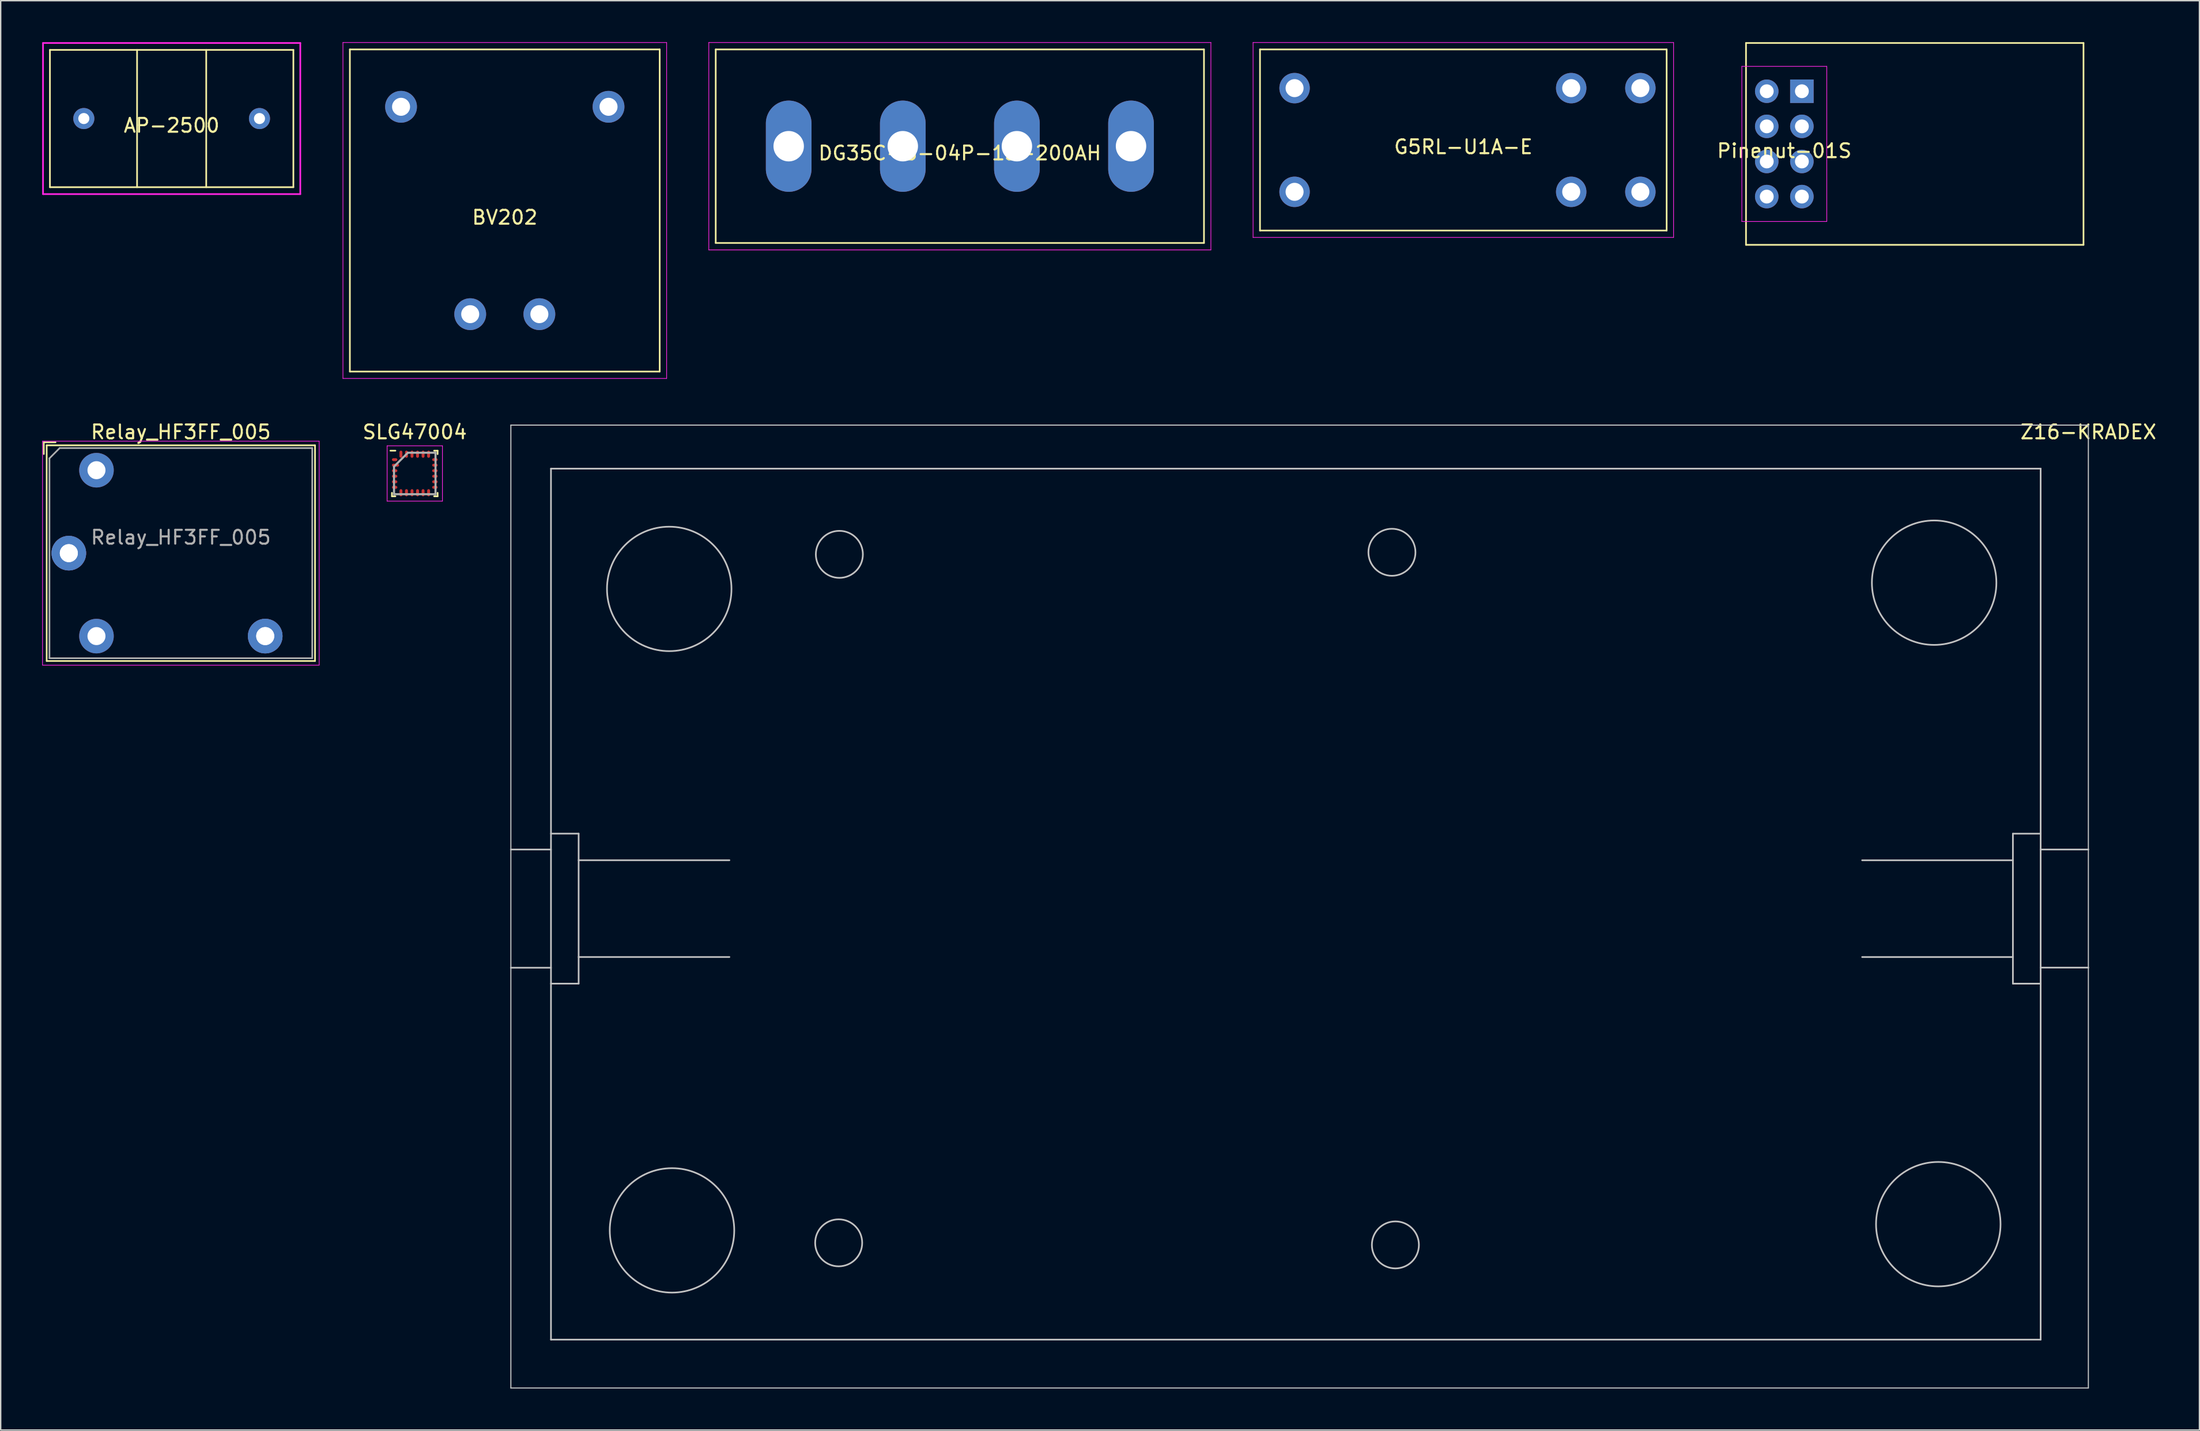
<source format=kicad_pcb>
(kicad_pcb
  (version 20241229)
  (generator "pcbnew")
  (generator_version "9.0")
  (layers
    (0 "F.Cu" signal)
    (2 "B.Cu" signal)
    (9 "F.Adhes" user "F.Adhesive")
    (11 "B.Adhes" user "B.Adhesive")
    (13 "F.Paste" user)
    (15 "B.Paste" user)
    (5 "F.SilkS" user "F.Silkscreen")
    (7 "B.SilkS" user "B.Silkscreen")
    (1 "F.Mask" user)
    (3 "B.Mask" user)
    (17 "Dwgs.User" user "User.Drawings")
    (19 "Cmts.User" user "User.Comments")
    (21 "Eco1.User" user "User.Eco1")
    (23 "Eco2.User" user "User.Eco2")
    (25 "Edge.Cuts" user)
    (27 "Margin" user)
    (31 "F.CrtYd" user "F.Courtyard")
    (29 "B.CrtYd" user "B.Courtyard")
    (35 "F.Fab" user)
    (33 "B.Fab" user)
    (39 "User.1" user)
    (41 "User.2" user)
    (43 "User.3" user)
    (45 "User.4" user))
  (footprint "Z16-KRADEX"
    (layer "F.Cu")
    (at 147.934 27.698)
    (property "Reference" "Z16-KRADEX" (at 0 0.5 0) (layer "F.SilkS") (effects (font (size 1 1) (thickness 0.15))))
    (attr through_hole)
    (fp_line (start -114.05 39.25) (end -111.15 39.25) (stroke (width 0.12) (type solid)) (layer "Dwgs.User"))
    (fp_line (start -114.05 0) (end -114.05 69.65) (stroke (width 0.08) (type solid)) (layer "Dwgs.User"))
    (fp_line (start -114.05 30.7) (end -111.15 30.7) (stroke (width 0.12) (type solid)) (layer "Dwgs.User"))
    (fp_line (start -111.15 3.15) (end -111.15 66.15) (stroke (width 0.12) (type solid)) (layer "Dwgs.User"))
    (fp_line (start -111.15 29.55) (end -109.15 29.55) (stroke (width 0.12) (type solid)) (layer "Dwgs.User"))
    (fp_line (start -111.15 40.4) (end -109.15 40.4) (stroke (width 0.12) (type solid)) (layer "Dwgs.User"))
    (fp_line (start -109.15 29.55) (end -109.15 40.4) (stroke (width 0.12) (type solid)) (layer "Dwgs.User"))
    (fp_line (start -109.15 38.475) (end -98.25 38.475) (stroke (width 0.12) (type solid)) (layer "Dwgs.User"))
    (fp_line (start -98.25 31.475) (end -109.15 31.475) (stroke (width 0.12) (type solid)) (layer "Dwgs.User"))
    (fp_line (start -16.355 38.477) (end -5.455 38.477) (stroke (width 0.12) (type solid)) (layer "Dwgs.User"))
    (fp_line (start -5.455 31.477) (end -16.355 31.477) (stroke (width 0.12) (type solid)) (layer "Dwgs.User"))
    (fp_line (start -5.455 40.402) (end -5.455 29.552) (stroke (width 0.12) (type solid)) (layer "Dwgs.User"))
    (fp_line (start -3.455 29.552) (end -5.455 29.552) (stroke (width 0.12) (type solid)) (layer "Dwgs.User"))
    (fp_line (start -3.455 40.402) (end -5.455 40.402) (stroke (width 0.12) (type solid)) (layer "Dwgs.User"))
    (fp_line (start -3.45 3.15) (end -111.15 3.15) (stroke (width 0.12) (type solid)) (layer "Dwgs.User"))
    (fp_line (start -3.45 3.15) (end -3.45 66.15) (stroke (width 0.12) (type solid)) (layer "Dwgs.User"))
    (fp_line (start -3.45 66.15) (end -111.15 66.15) (stroke (width 0.12) (type solid)) (layer "Dwgs.User"))
    (fp_line (start 0 0) (end -114.05 0) (stroke (width 0.08) (type solid)) (layer "Dwgs.User"))
    (fp_line (start 0 0) (end 0 69.65) (stroke (width 0.08) (type solid)) (layer "Dwgs.User"))
    (fp_line (start 0 30.7) (end -3.45 30.7) (stroke (width 0.12) (type solid)) (layer "Dwgs.User"))
    (fp_line (start 0 39.243) (end -3.45 39.243) (stroke (width 0.12) (type solid)) (layer "Dwgs.User"))
    (fp_line (start 0 69.65) (end -114.05 69.65) (stroke (width 0.08) (type solid)) (layer "Dwgs.User"))
    (fp_circle (center -102.6 11.85) (end -98.1 11.85) (stroke (width 0.12) (type solid)) (fill no) (layer "Dwgs.User"))
    (fp_circle (center -102.4 58.25) (end -97.9 58.25) (stroke (width 0.12) (type solid)) (fill no) (layer "Dwgs.User"))
    (fp_circle (center -90.35 59.15) (end -88.65 59.15) (stroke (width 0.12) (type solid)) (fill no) (layer "Dwgs.User"))
    (fp_circle (center -90.3 9.35) (end -88.6 9.35) (stroke (width 0.12) (type solid)) (fill no) (layer "Dwgs.User"))
    (fp_circle (center -50.35 9.2) (end -48.65 9.2) (stroke (width 0.12) (type solid)) (fill no) (layer "Dwgs.User"))
    (fp_circle (center -50.1 59.3) (end -48.4 59.3) (stroke (width 0.12) (type solid)) (fill no) (layer "Dwgs.User"))
    (fp_circle (center -11.15 11.4) (end -6.65 11.4) (stroke (width 0.12) (type solid)) (fill no) (layer "Dwgs.User"))
    (fp_circle (center -10.85 57.8) (end -6.35 57.8) (stroke (width 0.12) (type solid)) (fill no) (layer "Dwgs.User")))
  (footprint "Relay_HF3FF_005"
    (layer "F.Cu")
    (at 10.025 36.961)
    (property "Reference" "Relay_HF3FF_005" (at 0 -8.763 0) (layer "F.SilkS") (effects (font (size 1 1) (thickness 0.15))))
    (attr through_hole)
    (fp_line (start -9.909 -8.019) (end -9.059 -8.019) (stroke (width 0.12) (type solid)) (layer "F.SilkS"))
    (fp_line (start -9.909 -7.169) (end -9.909 -8.019) (stroke (width 0.12) (type solid)) (layer "F.SilkS"))
    (fp_line (start -9.7 7.8) (end -9.7 -7.8) (stroke (width 0.12) (type solid)) (layer "F.SilkS"))
    (fp_line (start 9.7 -7.8) (end -9.7 -7.8) (stroke (width 0.12) (type solid)) (layer "F.SilkS"))
    (fp_line (start 9.7 7.8) (end -9.7 7.8) (stroke (width 0.12) (type solid)) (layer "F.SilkS"))
    (fp_line (start 9.7 7.8) (end 9.7 -7.8) (stroke (width 0.12) (type solid)) (layer "F.SilkS"))
    (fp_line (start -10 -8.1) (end 10 -8.1) (stroke (width 0.05) (type solid)) (layer "F.CrtYd"))
    (fp_line (start -10 8.1) (end -10 -8.1) (stroke (width 0.05) (type solid)) (layer "F.CrtYd"))
    (fp_line (start -10 8.1) (end 10 8.1) (stroke (width 0.05) (type solid)) (layer "F.CrtYd"))
    (fp_line (start 10 8.1) (end 10 -8.1) (stroke (width 0.05) (type solid)) (layer "F.CrtYd"))
    (fp_line (start -9.5 7.6) (end -9.5 -6.858) (stroke (width 0.12) (type solid)) (layer "F.Fab"))
    (fp_line (start -8.763 -7.6) (end -9.5 -6.858) (stroke (width 0.12) (type solid)) (layer "F.Fab"))
    (fp_line (start 9.5 -7.6) (end -8.763 -7.6) (stroke (width 0.12) (type solid)) (layer "F.Fab"))
    (fp_line (start 9.5 7.6) (end -9.5 7.6) (stroke (width 0.12) (type solid)) (layer "F.Fab"))
    (fp_line (start 9.5 7.6) (end 9.5 -7.6) (stroke (width 0.12) (type solid)) (layer "F.Fab"))
    (fp_text user "${REFERENCE}" (at 0 -1.143 0) (layer "F.Fab") (effects (font (size 1 1) (thickness 0.15))))
    (pad "1" thru_hole circle (at -8.1 0) (size 2.5 2.5) (drill 1.3) (layers "*.Cu" "*.Mask"))
    (pad "2" thru_hole circle (at -6.1 6) (size 2.5 2.5) (drill 1.3) (layers "*.Cu" "*.Mask"))
    (pad "6" thru_hole circle (at -6.1 -6) (size 2.5 2.5) (drill 1.3) (layers "*.Cu" "*.Mask"))
    (pad "7" thru_hole circle (at 6.1 6) (size 2.5 2.5) (drill 1.3) (layers "*.Cu" "*.Mask"))
    (pad "8" thru_hole circle (at 6.1 6) (size 2.5 2.5) (drill 1.3) (layers "*.Cu" "*.Mask"))
    (pad "14" thru_hole circle (at -8.1 0) (size 2.5 2.5) (drill 1.3) (layers "*.Cu" "*.Mask")))
  (footprint "DG35C-B-04P-13-200AH"
    (layer "F.Cu")
    (at 66.345 7.525)
    (property "Reference" "DG35C-B-04P-13-200AH" (at 0 0.5 0) (layer "F.SilkS") (effects (font (size 1 1) (thickness 0.15))))
    (attr through_hole)
    (fp_line (start -17.65 -7) (end 17.65 -7) (stroke (width 0.12) (type solid)) (layer "F.SilkS"))
    (fp_line (start -17.65 7) (end -17.65 -7) (stroke (width 0.12) (type solid)) (layer "F.SilkS"))
    (fp_line (start -17.65 7) (end 17.65 7) (stroke (width 0.12) (type solid)) (layer "F.SilkS"))
    (fp_line (start 17.65 -7) (end 17.65 7) (stroke (width 0.12) (type solid)) (layer "F.SilkS"))
    (fp_line (start -18.15 -7.5) (end -18.15 7.5) (stroke (width 0.05) (type solid)) (layer "F.CrtYd"))
    (fp_line (start -18.15 -7.5) (end 18.15 -7.5) (stroke (width 0.05) (type solid)) (layer "F.CrtYd"))
    (fp_line (start -18.15 7.5) (end 18.15 7.5) (stroke (width 0.05) (type solid)) (layer "F.CrtYd"))
    (fp_line (start 18.15 -7.5) (end 18.15 7.5) (stroke (width 0.05) (type solid)) (layer "F.CrtYd"))
    (pad "1" thru_hole oval (at -12.375 0) (size 3.3 6.6) (drill 2.2) (layers "*.Cu" "*.Mask"))
    (pad "2" thru_hole oval (at -4.125 0) (size 3.3 6.6) (drill 2.2) (layers "*.Cu" "*.Mask"))
    (pad "3" thru_hole oval (at 4.125 0) (size 3.3 6.6) (drill 2.2) (layers "*.Cu" "*.Mask"))
    (pad "4" thru_hole oval (at 12.375 0) (size 3.3 6.6) (drill 2.2) (layers "*.Cu" "*.Mask")))
  (footprint "G5RL-U1A-E"
    (layer "F.Cu")
    (at 102.745 7.075)
    (property "Reference" "G5RL-U1A-E" (at 0 0.5 0) (layer "F.SilkS") (effects (font (size 1 1) (thickness 0.15))))
    (attr through_hole)
    (fp_line (start -14.7 -6.55) (end 14.7 -6.55) (stroke (width 0.12) (type solid)) (layer "F.SilkS"))
    (fp_line (start -14.7 6.55) (end -14.7 -6.55) (stroke (width 0.12) (type solid)) (layer "F.SilkS"))
    (fp_line (start -14.7 6.55) (end 14.7 6.55) (stroke (width 0.12) (type solid)) (layer "F.SilkS"))
    (fp_line (start 14.7 -6.55) (end 14.7 6.55) (stroke (width 0.12) (type solid)) (layer "F.SilkS"))
    (fp_line (start -15.2 -7.05) (end 15.2 -7.05) (stroke (width 0.05) (type solid)) (layer "F.CrtYd"))
    (fp_line (start -15.2 7.05) (end -15.2 -7.05) (stroke (width 0.05) (type solid)) (layer "F.CrtYd"))
    (fp_line (start -15.2 7.05) (end 15.2 7.05) (stroke (width 0.05) (type solid)) (layer "F.CrtYd"))
    (fp_line (start 15.2 7.05) (end 15.2 -7.05) (stroke (width 0.05) (type solid)) (layer "F.CrtYd"))
    (pad "1" thru_hole circle (at -12.2 3.75) (size 2.2 2.2) (drill 1.3) (layers "*.Cu" "*.Mask"))
    (pad "3" thru_hole circle (at 7.8 3.75) (size 2.2 2.2) (drill 1.3) (layers "*.Cu" "*.Mask"))
    (pad "4" thru_hole circle (at 12.8 3.75) (size 2.2 2.2) (drill 1.3) (layers "*.Cu" "*.Mask"))
    (pad "5" thru_hole circle (at 12.8 -3.75) (size 2.2 2.2) (drill 1.3) (layers "*.Cu" "*.Mask"))
    (pad "6" thru_hole circle (at 7.8 -3.75) (size 2.2 2.2) (drill 1.3) (layers "*.Cu" "*.Mask"))
    (pad "8" thru_hole circle (at -12.2 -3.75) (size 2.2 2.2) (drill 1.3) (layers "*.Cu" "*.Mask")))
  (footprint "BV202"
    (layer "F.Cu")
    (at 33.445 12.175)
    (property "Reference" "BV202" (at 0 0.5 0) (layer "F.SilkS") (effects (font (size 1 1) (thickness 0.15))))
    (attr through_hole)
    (fp_line (start -11.2 -11.65) (end 11.2 -11.65) (stroke (width 0.12) (type solid)) (layer "F.SilkS"))
    (fp_line (start -11.2 11.65) (end -11.2 -11.65) (stroke (width 0.12) (type solid)) (layer "F.SilkS"))
    (fp_line (start -11.2 11.65) (end 11.2 11.65) (stroke (width 0.12) (type solid)) (layer "F.SilkS"))
    (fp_line (start 11.2 -11.65) (end 11.2 11.65) (stroke (width 0.12) (type solid)) (layer "F.SilkS"))
    (fp_line (start -11.7 -12.15) (end 11.7 -12.15) (stroke (width 0.05) (type solid)) (layer "F.CrtYd"))
    (fp_line (start -11.7 12.15) (end -11.7 -12.15) (stroke (width 0.05) (type solid)) (layer "F.CrtYd"))
    (fp_line (start -11.7 12.15) (end 11.7 12.15) (stroke (width 0.05) (type solid)) (layer "F.CrtYd"))
    (fp_line (start 11.7 -12.15) (end 11.7 12.15) (stroke (width 0.05) (type solid)) (layer "F.CrtYd"))
    (pad "1" thru_hole circle (at -7.5 -7.5) (size 2.3 2.3) (drill 1.3) (layers "*.Cu" "*.Mask"))
    (pad "4" thru_hole circle (at 7.5 -7.5) (size 2.3 2.3) (drill 1.3) (layers "*.Cu" "*.Mask"))
    (pad "6" thru_hole circle (at 2.5 7.5) (size 2.3 2.3) (drill 1.3) (layers "*.Cu" "*.Mask"))
    (pad "7" thru_hole circle (at -2.5 7.5) (size 2.3 2.3) (drill 1.3) (layers "*.Cu" "*.Mask")))
  (footprint "AP-2500"
    (layer "F.Cu")
    (at 9.36 5.525)
    (property "Reference" "AP-2500" (at 0 0.5 0) (layer "F.SilkS") (effects (font (size 1 1) (thickness 0.15))))
    (attr through_hole)
    (fp_line (start -8.8 -4.965) (end -8.8 4.965) (stroke (width 0.12) (type solid)) (layer "F.SilkS"))
    (fp_line (start -8.8 -4.965) (end 8.8 -4.965) (stroke (width 0.12) (type solid)) (layer "F.SilkS"))
    (fp_line (start -8.8 4.965) (end 8.8 4.965) (stroke (width 0.12) (type solid)) (layer "F.SilkS"))
    (fp_line (start -2.5 -4.965) (end -2.5 4.965) (stroke (width 0.12) (type solid)) (layer "F.SilkS"))
    (fp_line (start 2.5 -4.965) (end 2.5 4.965) (stroke (width 0.12) (type solid)) (layer "F.SilkS"))
    (fp_line (start 8.8 -4.965) (end 8.8 4.965) (stroke (width 0.12) (type solid)) (layer "F.SilkS"))
    (fp_line (start -9.3 -5.465) (end 9.3 -5.465) (stroke (width 0.12) (type solid)) (layer "F.CrtYd"))
    (fp_line (start -9.3 5.465) (end -9.3 -5.465) (stroke (width 0.12) (type solid)) (layer "F.CrtYd"))
    (fp_line (start -9.3 5.465) (end 9.3 5.465) (stroke (width 0.12) (type solid)) (layer "F.CrtYd"))
    (fp_line (start 9.3 -5.465) (end 9.3 5.465) (stroke (width 0.12) (type solid)) (layer "F.CrtYd"))
    (pad "1" thru_hole circle (at -6.35 0) (size 1.524 1.524) (drill 0.8) (layers "*.Cu" "*.Mask"))
    (pad "2" thru_hole circle (at 6.35 0) (size 1.524 1.524) (drill 0.8) (layers "*.Cu" "*.Mask")))
  (footprint "SLG47004"
    (layer "F.Cu")
    (at 26.937 31.198)
    (property "Reference" "SLG47004" (at 0 -3 0) (layer "F.SilkS") (effects (font (size 1 1) (thickness 0.15))))
    (attr smd)
    (fp_line (start -1.65 1.65) (end -1.65 1.4) (stroke (width 0.12) (type solid)) (layer "F.SilkS"))
    (fp_line (start -1.4 -1.65) (end -1.758 -1.65) (stroke (width 0.12) (type solid)) (layer "F.SilkS"))
    (fp_line (start -1.4 1.65) (end -1.65 1.65) (stroke (width 0.12) (type solid)) (layer "F.SilkS"))
    (fp_line (start 1.4 -1.65) (end 1.65 -1.65) (stroke (width 0.12) (type solid)) (layer "F.SilkS"))
    (fp_line (start 1.4 1.65) (end 1.65 1.65) (stroke (width 0.12) (type solid)) (layer "F.SilkS"))
    (fp_line (start 1.65 -1.65) (end 1.65 -1.4) (stroke (width 0.12) (type solid)) (layer "F.SilkS"))
    (fp_line (start 1.65 1.65) (end 1.65 1.4) (stroke (width 0.12) (type solid)) (layer "F.SilkS"))
    (fp_line (start -2 -2) (end 2 -2) (stroke (width 0.05) (type solid)) (layer "F.CrtYd"))
    (fp_line (start -2 2) (end -2 -2) (stroke (width 0.05) (type solid)) (layer "F.CrtYd"))
    (fp_line (start 2 -2) (end 2 2) (stroke (width 0.05) (type solid)) (layer "F.CrtYd"))
    (fp_line (start 2 2) (end -2 2) (stroke (width 0.05) (type solid)) (layer "F.CrtYd"))
    (fp_line (start -1.5 -0.5) (end -1.5 1.5) (stroke (width 0.15) (type solid)) (layer "F.Fab"))
    (fp_line (start -1.5 1.5) (end 1.5 1.5) (stroke (width 0.15) (type solid)) (layer "F.Fab"))
    (fp_line (start -0.5 -1.5) (end -1.5 -0.5) (stroke (width 0.15) (type solid)) (layer "F.Fab"))
    (fp_line (start 1.5 -1.5) (end -0.5 -1.5) (stroke (width 0.15) (type solid)) (layer "F.Fab"))
    (fp_line (start 1.5 1.5) (end 1.5 -1.5) (stroke (width 0.15) (type solid)) (layer "F.Fab"))
    (pad "1" smd oval (at -1.455 -1 90) (size 0.21 0.39) (layers "F.Cu" "F.Mask" "F.Paste"))
    (pad "2" smd oval (at -1.393 -0.6 90) (size 0.21 0.515) (layers "F.Cu" "F.Mask" "F.Paste"))
    (pad "3" smd oval (at -1.455 -0.2 90) (size 0.21 0.39) (layers "F.Cu" "F.Mask" "F.Paste"))
    (pad "4" smd oval (at -1.455 0.2 90) (size 0.21 0.39) (layers "F.Cu" "F.Mask" "F.Paste"))
    (pad "5" smd oval (at -1.455 0.6 90) (size 0.21 0.39) (layers "F.Cu" "F.Mask" "F.Paste"))
    (pad "6" smd oval (at -1.455 1 90) (size 0.21 0.39) (layers "F.Cu" "F.Mask" "F.Paste"))
    (pad "7" smd oval (at -1 1.393) (size 0.21 0.515) (layers "F.Cu" "F.Mask" "F.Paste"))
    (pad "8" smd oval (at -0.6 1.393) (size 0.21 0.515) (layers "F.Cu" "F.Mask" "F.Paste"))
    (pad "9" smd oval (at -0.2 1.393) (size 0.21 0.515) (layers "F.Cu" "F.Mask" "F.Paste"))
    (pad "10" smd oval (at 0.2 1.393) (size 0.21 0.515) (layers "F.Cu" "F.Mask" "F.Paste"))
    (pad "11" smd oval (at 0.6 1.393) (size 0.21 0.515) (layers "F.Cu" "F.Mask" "F.Paste"))
    (pad "12" smd oval (at 1 1.393) (size 0.21 0.515) (layers "F.Cu" "F.Mask" "F.Paste"))
    (pad "13" smd oval (at 1.455 1 90) (size 0.21 0.39) (layers "F.Cu" "F.Mask" "F.Paste"))
    (pad "14" smd oval (at 1.455 0.6 90) (size 0.21 0.39) (layers "F.Cu" "F.Mask" "F.Paste"))
    (pad "15" smd oval (at 1.455 0.2 90) (size 0.21 0.39) (layers "F.Cu" "F.Mask" "F.Paste"))
    (pad "16" smd oval (at 1.455 -0.2 90) (size 0.21 0.39) (layers "F.Cu" "F.Mask" "F.Paste"))
    (pad "17" smd oval (at 1.455 -0.6 90) (size 0.21 0.39) (layers "F.Cu" "F.Mask" "F.Paste"))
    (pad "18" smd oval (at 1.455 -1 90) (size 0.21 0.39) (layers "F.Cu" "F.Mask" "F.Paste"))
    (pad "19" smd oval (at 1 -1.393) (size 0.21 0.515) (layers "F.Cu" "F.Mask" "F.Paste"))
    (pad "20" smd oval (at 0.6 -1.393) (size 0.21 0.515) (layers "F.Cu" "F.Mask" "F.Paste"))
    (pad "21" smd oval (at 0.2 -1.393) (size 0.21 0.515) (layers "F.Cu" "F.Mask" "F.Paste"))
    (pad "22" smd oval (at -0.2 -1.393) (size 0.21 0.515) (layers "F.Cu" "F.Mask" "F.Paste"))
    (pad "23" smd oval (at -0.6 -1.393) (size 0.21 0.515) (layers "F.Cu" "F.Mask" "F.Paste"))
    (pad "24" smd oval (at -1 -1.393) (size 0.21 0.515) (layers "F.Cu" "F.Mask" "F.Paste")))
  (footprint "Pinenut-01S"
    (layer "F.Cu")
    (at 125.952 7.36)
    (property "Reference" "Pinenut-01S" (at 0 0.5 0) (layer "F.SilkS") (effects (font (size 1 1) (thickness 0.15))))
    (attr through_hole)
    (fp_line (start -2.77 -7.3) (end 21.63 -7.3) (stroke (width 0.12) (type solid)) (layer "F.SilkS"))
    (fp_line (start -2.77 7.3) (end -2.77 -7.3) (stroke (width 0.12) (type solid)) (layer "F.SilkS"))
    (fp_line (start -2.77 7.3) (end 21.63 7.3) (stroke (width 0.12) (type solid)) (layer "F.SilkS"))
    (fp_line (start 21.63 7.3) (end 21.63 -7.3) (stroke (width 0.12) (type solid)) (layer "F.SilkS"))
    (fp_line (start -3.07 -5.61) (end -3.07 5.61) (stroke (width 0.05) (type solid)) (layer "F.CrtYd"))
    (fp_line (start -3.07 -5.61) (end 3.07 -5.61) (stroke (width 0.05) (type solid)) (layer "F.CrtYd"))
    (fp_line (start -3.07 5.61) (end 3.07 5.61) (stroke (width 0.05) (type solid)) (layer "F.CrtYd"))
    (fp_line (start 3.07 -5.61) (end 3.07 5.61) (stroke (width 0.05) (type solid)) (layer "F.CrtYd"))
    (pad "1" thru_hole rect (at 1.27 -3.81) (size 1.7 1.7) (drill 1) (layers "*.Cu" "*.Mask"))
    (pad "2" thru_hole circle (at -1.27 -3.81) (size 1.7 1.7) (drill 1) (layers "*.Cu" "*.Mask"))
    (pad "3" thru_hole circle (at 1.27 -1.27) (size 1.7 1.7) (drill 1) (layers "*.Cu" "*.Mask"))
    (pad "4" thru_hole circle (at -1.27 -1.27) (size 1.7 1.7) (drill 1) (layers "*.Cu" "*.Mask"))
    (pad "5" thru_hole circle (at 1.27 1.27) (size 1.7 1.7) (drill 1) (layers "*.Cu" "*.Mask"))
    (pad "6" thru_hole circle (at -1.27 1.27) (size 1.7 1.7) (drill 1) (layers "*.Cu" "*.Mask"))
    (pad "7" thru_hole circle (at 1.27 3.81) (size 1.7 1.7) (drill 1) (layers "*.Cu" "*.Mask"))
    (pad "8" thru_hole circle (at -1.27 3.81) (size 1.7 1.7) (drill 1) (layers "*.Cu" "*.Mask")))
  (gr_rect
    (start -3 -3)
    (end 155.964 100.388)
    (stroke (width 0.1) (type default))
    (fill no)
    (layer "Edge.Cuts")))
</source>
